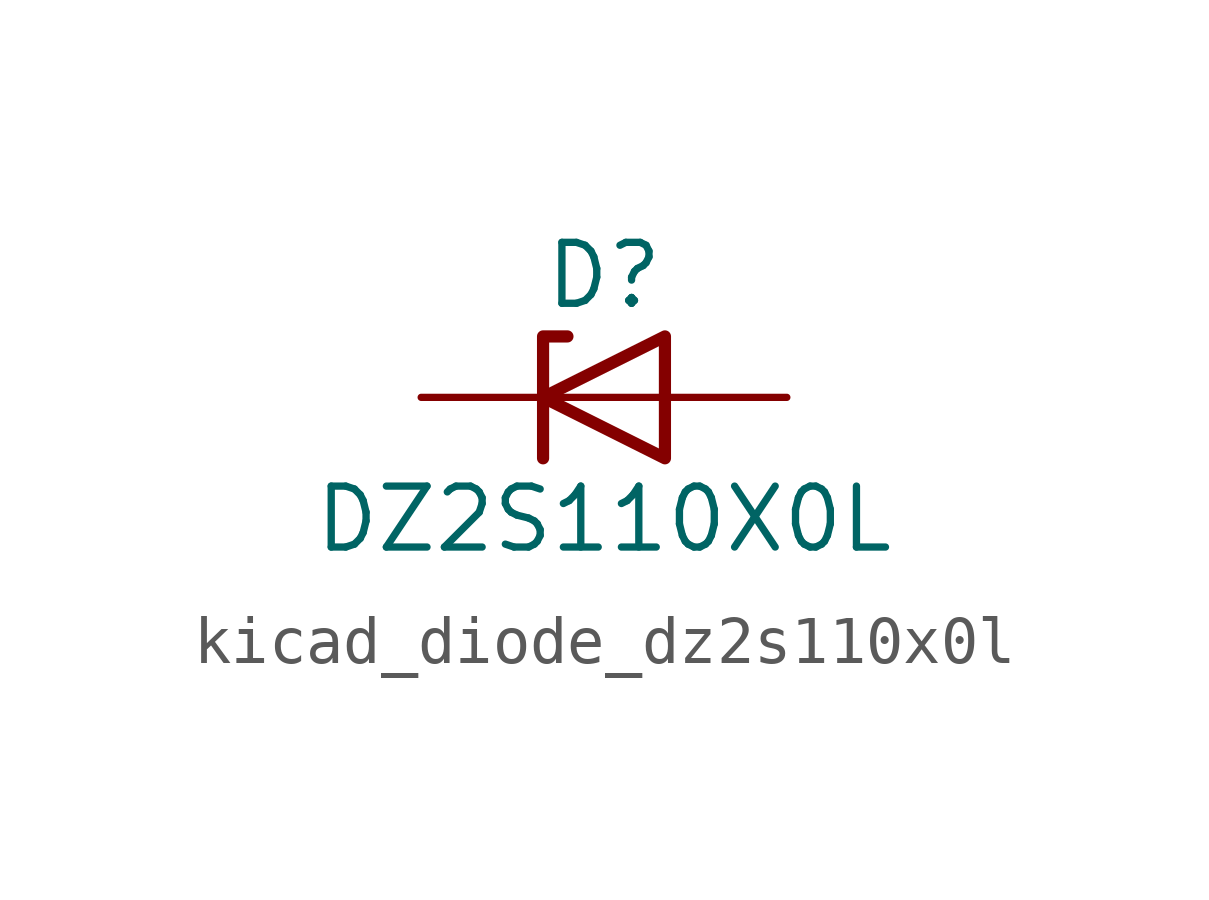
<source format=kicad_sym>
(kicad_symbol_lib
  (version 20220914)
  (generator kicad_symbol_editor)
  (symbol "kicad_diode_dz2s110x0l"
    (pin_numbers hide)
    (pin_names hide)
    (property "Reference" "D"
      (at 0 2.54 0)
      (effects (font (size 1.27 1.27))))
    (property "Value" "DZ2S110X0L"
      (at 0 -2.54 0)
      (effects (font (size 1.27 1.27))))
    (symbol "kicad_diode_dz2s110x0l_0_1"
      (polyline (pts (xy 1.27 0) (xy -1.27 0)) (stroke (width 0) (type default)) (fill (type none)))
      (polyline (pts (xy -1.27 -1.27) (xy -1.27 1.27) (xy -0.762 1.27)) (stroke (width 0.254) (type default)) (fill (type none)))
      (polyline (pts (xy 1.27 -1.27) (xy 1.27 1.27) (xy -1.27 0) (xy 1.27 -1.27)) (stroke (width 0.254) (type default)) (fill (type none))))
    (symbol "kicad_diode_dz2s110x0l_1_1"
      (pin passive line (at -3.81 0 0) (length 2.54) (name "K" (effects (font (size 1.27 1.27)))) (number "1" (effects (font (size 1.27 1.27)))))
      (pin passive line (at 3.81 0 180) (length 2.54) (name "A" (effects (font (size 1.27 1.27)))) (number "2" (effects (font (size 1.27 1.27))))))))
</source>
